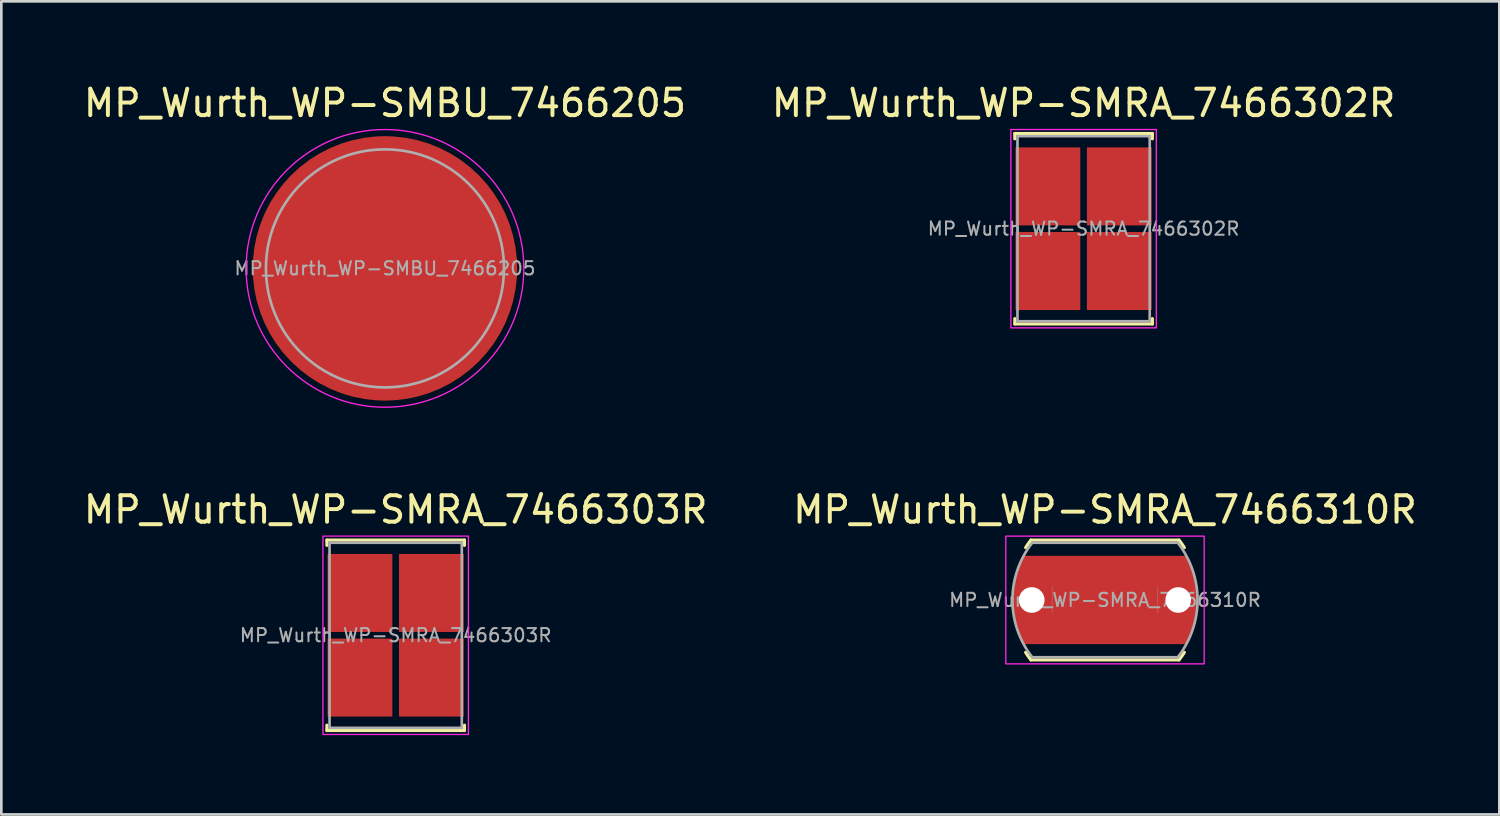
<source format=kicad_pcb>
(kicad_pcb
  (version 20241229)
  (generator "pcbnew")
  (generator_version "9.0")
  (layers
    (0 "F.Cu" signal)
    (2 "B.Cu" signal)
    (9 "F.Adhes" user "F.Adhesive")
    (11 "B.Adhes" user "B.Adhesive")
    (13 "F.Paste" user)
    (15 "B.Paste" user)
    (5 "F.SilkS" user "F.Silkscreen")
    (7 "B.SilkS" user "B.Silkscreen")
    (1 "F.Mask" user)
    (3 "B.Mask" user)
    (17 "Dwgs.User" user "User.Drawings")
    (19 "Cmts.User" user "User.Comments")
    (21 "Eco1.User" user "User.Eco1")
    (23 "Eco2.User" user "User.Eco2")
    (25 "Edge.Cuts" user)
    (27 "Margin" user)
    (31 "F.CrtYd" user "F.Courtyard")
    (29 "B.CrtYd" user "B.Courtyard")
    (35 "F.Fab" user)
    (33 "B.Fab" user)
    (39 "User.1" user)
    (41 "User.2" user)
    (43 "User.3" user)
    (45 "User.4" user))
  (footprint "MP_Wurth_WP-SMRA_7466303R"
    (layer "F.Cu")
    (at 11.911 20.971)
    (property "Reference" "MP_Wurth_WP-SMRA_7466303R" (at 0 -4.75 0) (unlocked yes) (layer "F.SilkS") (effects (font (size 1 1) (thickness 0.15))))
    (attr smd)
    (fp_line (start -2.6 -3.6) (end -2.6 -3.4) (stroke (width 0.12) (type solid)) (layer "F.SilkS"))
    (fp_line (start -2.6 3.4) (end -2.6 3.6) (stroke (width 0.12) (type solid)) (layer "F.SilkS"))
    (fp_line (start -2.6 3.6) (end 2.6 3.6) (stroke (width 0.12) (type solid)) (layer "F.SilkS"))
    (fp_line (start 2.6 -3.6) (end -2.6 -3.6) (stroke (width 0.12) (type solid)) (layer "F.SilkS"))
    (fp_line (start 2.6 -3.4) (end 2.6 -3.6) (stroke (width 0.12) (type solid)) (layer "F.SilkS"))
    (fp_line (start 2.6 3.6) (end 2.6 3.4) (stroke (width 0.12) (type solid)) (layer "F.SilkS"))
    (fp_poly (pts (xy -2.475 -0.225) (xy -0.223 -0.225) (xy -0.223 -2.975) (xy -2.475 -2.975)) (stroke (width 0) (type default)) (fill yes) (layer "F.Paste"))
    (fp_poly (pts (xy -2.475 2.975) (xy -0.223 2.975) (xy -0.223 0.225) (xy -2.475 0.225)) (stroke (width 0) (type default)) (fill yes) (layer "F.Paste"))
    (fp_poly (pts (xy 0.225 -0.225) (xy 2.478 -0.225) (xy 2.478 -2.975) (xy 0.225 -2.975)) (stroke (width 0) (type default)) (fill yes) (layer "F.Paste"))
    (fp_poly (pts (xy 0.225 2.975) (xy 2.478 2.975) (xy 2.478 0.225) (xy 0.225 0.225)) (stroke (width 0) (type default)) (fill yes) (layer "F.Paste"))
    (fp_rect (start -2.75 -3.75) (end 2.75 3.75) (stroke (width 0.05) (type solid)) (fill no) (layer "F.CrtYd"))
    (fp_rect (start -2.5 -3.5) (end 2.5 3.5) (stroke (width 0.1) (type solid)) (fill no) (layer "F.Fab"))
    (fp_text user "${REFERENCE}" (at 0 0 0) (unlocked yes) (layer "F.Fab") (effects (font (size 0.5 0.5) (thickness 0.075))))
    (pad "1" smd rect (at -1.35 -1.6 90) (size 2.95 2.45) (layers "F.Cu" "F.Mask"))
    (pad "1" smd rect (at -1.35 1.6 90) (size 2.95 2.45) (layers "F.Cu" "F.Mask"))
    (pad "1" smd rect (at 1.35 -1.6 90) (size 2.95 2.45) (layers "F.Cu" "F.Mask"))
    (pad "1" smd rect (at 1.35 1.6 90) (size 2.95 2.45) (layers "F.Cu" "F.Mask")))
  (footprint "MP_Wurth_WP-SMRA_7466310R"
    (layer "F.Cu")
    (at 38.732 19.637)
    (property "Reference" "MP_Wurth_WP-SMRA_7466310R" (at 0 -3.415 0) (unlocked yes) (layer "F.SilkS") (effects (font (size 1 1) (thickness 0.15))))
    (attr smd)
    (fp_poly (pts (xy 3.249 -1.319) (xy 3.249 -1.318) (xy 3.374 -0.953) (xy 3.374 -0.953) (xy 3.458 -0.577) (xy 3.459 -0.576) (xy 3.501 -0.193) (xy 3.501 -0.193) (xy 3.501 0.193) (xy 3.501 0.193) (xy 3.459 0.576) (xy 3.458 0.577) (xy 3.374 0.953) (xy 3.374 0.953) (xy 3.249 1.318) (xy 3.249 1.319) (xy 3.083 1.67) (xy -3.083 1.67) (xy -3.374 0.953) (xy -3.458 0.577) (xy -3.459 0.576) (xy -3.501 0.193) (xy -3.501 0.193) (xy -3.501 -0.193) (xy -3.501 -0.193) (xy -3.459 -0.576) (xy -3.458 -0.577) (xy -3.374 -0.953) (xy -3.374 -0.953) (xy -3.249 -1.318) (xy -3.249 -1.319) (xy -3.083 -1.67) (xy 3.083 -1.67)) (stroke (width 0) (type default)) (fill yes) (layer "F.Cu"))
    (fp_poly (pts (xy 3.438 -1.091) (xy 3.532 -0.734) (xy 3.532 -0.733) (xy 3.588 -0.369) (xy 3.588 -0.369) (xy 3.607 -0.000256) (xy 3.607 0.000256) (xy 3.588 0.369) (xy 3.588 0.369) (xy 3.532 0.733) (xy 3.532 0.734) (xy 3.438 1.091) (xy 3.438 1.091) (xy 3.309 1.436) (xy 3.308 1.437) (xy 3.143 1.77) (xy -3.143 1.77) (xy -3.438 1.091) (xy -3.532 0.734) (xy -3.532 0.733) (xy -3.588 0.369) (xy -3.588 0.369) (xy -3.607 0.000256) (xy -3.607 -0.000256) (xy -3.588 -0.369) (xy -3.588 -0.369) (xy -3.532 -0.733) (xy -3.532 -0.734) (xy -3.438 -1.091) (xy -3.438 -1.091) (xy -3.309 -1.436) (xy -3.308 -1.437) (xy -3.143 -1.77) (xy 3.143 -1.77)) (stroke (width 0) (type default)) (fill yes) (layer "F.Mask"))
    (fp_line (start -2.8 -2.265) (end 2.795 -2.265) (stroke (width 0.12) (type solid)) (layer "F.SilkS"))
    (fp_line (start -2.8 2.265) (end 2.795 2.265) (stroke (width 0.12) (type solid)) (layer "F.SilkS"))
    (fp_arc (start -3 -1.98) (mid -2.904656 -2.125767) (end -2.8 -2.265) (stroke (width 0.12) (type solid)) (layer "F.SilkS"))
    (fp_arc (start -2.8 2.265) (mid -2.904971 2.125988) (end -3 1.98) (stroke (width 0.12) (type solid)) (layer "F.SilkS"))
    (fp_arc (start 2.8 -2.265) (mid 2.904971 -2.125988) (end 3 -1.98) (stroke (width 0.12) (type solid)) (layer "F.SilkS"))
    (fp_arc (start 3 1.98) (mid 2.904656 2.125767) (end 2.8 2.265) (stroke (width 0.12) (type solid)) (layer "F.SilkS"))
    (fp_poly (pts (xy 3.362 -0.995) (xy 2.005 -0.995) (xy 2.005 -0.495) (xy -2.005 -0.495) (xy -2.005 -0.995) (xy -3.362 -0.995) (xy -3.239 -1.341) (xy -3.239 -1.342) (xy -3.083 -1.67) (xy 3.083 -1.67)) (stroke (width 0) (type default)) (fill yes) (layer "F.Paste"))
    (fp_poly (pts (xy 2.005 0.995) (xy 3.362 0.995) (xy 3.239 1.341) (xy 3.239 1.342) (xy 3.083 1.67) (xy -3.083 1.67) (xy -3.239 1.342) (xy -3.239 1.341) (xy -3.362 0.995) (xy -2.005 0.995) (xy -2.005 0.495) (xy 2.005 0.495)) (stroke (width 0) (type default)) (fill yes) (layer "F.Paste"))
    (fp_rect (start -3.75 -2.415) (end 3.75 2.415) (stroke (width 0.05) (type solid)) (fill no) (layer "F.CrtYd"))
    (fp_line (start -2.75 -2.165) (end 2.75 -2.165) (stroke (width 0.1) (type solid)) (layer "F.Fab"))
    (fp_line (start -2 -0.5) (end -2 0.5) (stroke (width 0.01) (type solid)) (layer "F.Fab"))
    (fp_line (start 2 -0.5) (end 2 0.5) (stroke (width 0.01) (type solid)) (layer "F.Fab"))
    (fp_line (start 2.75 2.165) (end -2.75 2.165) (stroke (width 0.1) (type solid)) (layer "F.Fab"))
    (fp_arc (start -2.75 2.165) (mid -3.499961 0) (end -2.75 -2.165) (stroke (width 0.1) (type solid)) (layer "F.Fab"))
    (fp_arc (start 2.75 -2.165) (mid 3.499961 0) (end 2.75 2.165) (stroke (width 0.1) (type solid)) (layer "F.Fab"))
    (fp_text user "${REFERENCE}" (at 0 0 0) (unlocked yes) (layer "F.Fab") (effects (font (size 0.5 0.5) (thickness 0.075))))
    (pad "" np_thru_hole circle (at -2.77 0) (size 0.97 0.97) (drill 0.97) (layers "*.Cu" "*.Mask"))
    (pad "" np_thru_hole circle (at 2.77 0) (size 0.97 0.97) (drill 0.97) (layers "*.Cu" "*.Mask"))
    (pad "1" smd rect (at 0 0) (size 3 3) (layers "F.Cu")))
  (footprint "MP_Wurth_WP-SMBU_7466205"
    (layer "F.Cu")
    (at 11.506 7.098)
    (property "Reference" "MP_Wurth_WP-SMBU_7466205" (at 0 -6.25 0) (unlocked yes) (layer "F.SilkS") (effects (font (size 1 1) (thickness 0.15))))
    (attr smd)
    (fp_poly (pts (xy -4.87 0.495) (xy -0.495 0.495) (xy -0.495 4.875) (xy -0.531 4.876) (xy -0.57 4.872) (xy -0.617 4.867) (xy -0.617 4.867) (xy -0.691 4.856) (xy -0.73 4.851) (xy -0.73 4.851) (xy -0.761 4.846) (xy -0.794 4.841) (xy -0.836 4.834) (xy -0.837 4.834) (xy -0.865 4.828) (xy -0.889 4.824) (xy -0.889 4.824) (xy -0.919 4.819) (xy -0.955 4.812) (xy -0.955 4.812) (xy -0.981 4.807) (xy -1.008 4.802) (xy -1.008 4.802) (xy -1.034 4.795) (xy -1.058 4.791) (xy -1.058 4.791) (xy -1.093 4.783) (xy -1.129 4.775) (xy -1.163 4.766) (xy -1.202 4.757) (xy -1.203 4.757) (xy -1.258 4.742) (xy -1.299 4.731) (xy -1.344 4.719) (xy -1.344 4.719) (xy -1.373 4.71) (xy -1.411 4.7) (xy -1.411 4.7) (xy -1.445 4.689) (xy -1.544 4.657) (xy -1.608 4.635) (xy -1.676 4.612) (xy -1.676 4.611) (xy -1.74 4.587) (xy -1.83 4.553) (xy -1.83 4.553) (xy -1.882 4.531) (xy -1.936 4.509) (xy -1.936 4.508) (xy -2.01 4.475) (xy -2.101 4.434) (xy -2.101 4.434) (xy -2.154 4.407) (xy -2.214 4.378) (xy -2.281 4.343) (xy -2.343 4.311) (xy -2.412 4.273) (xy -2.413 4.272) (xy -2.466 4.24) (xy -2.508 4.216) (xy -2.508 4.216) (xy -2.562 4.184) (xy -2.62 4.148) (xy -2.62 4.148) (xy -2.679 4.109) (xy -2.786 4.036) (xy -2.786 4.036) (xy -2.891 3.962) (xy -2.892 3.962) (xy -2.98 3.896) (xy -3.063 3.831) (xy -3.063 3.831) (xy -3.156 3.755) (xy -3.241 3.682) (xy -3.241 3.682) (xy -3.293 3.634) (xy -3.343 3.59) (xy -3.343 3.59) (xy -3.417 3.519) (xy -3.417 3.519) (xy -3.475 3.463) (xy -3.475 3.463) (xy -3.614 3.317) (xy -3.615 3.316) (xy -3.732 3.181) (xy -3.733 3.181) (xy -3.846 3.042) (xy -3.938 2.926) (xy -3.938 2.926) (xy -4.046 2.775) (xy -4.046 2.775) (xy -4.129 2.648) (xy -4.129 2.648) (xy -4.234 2.478) (xy -4.234 2.478) (xy -4.31 2.341) (xy -4.31 2.341) (xy -4.429 2.114) (xy -4.429 2.113) (xy -4.553 1.831) (xy -4.553 1.831) (xy -4.682 1.469) (xy -4.682 1.469) (xy -4.776 1.123) (xy -4.776 1.122) (xy -4.855 0.709) (xy -4.855 0.708) (xy -4.88 0.494)) (stroke (width 0) (type default)) (fill yes) (layer "F.Paste"))
    (fp_poly (pts (xy -0.495 -4.87) (xy -0.495 -0.495) (xy -4.875 -0.495) (xy -4.876 -0.531) (xy -4.872 -0.57) (xy -4.867 -0.617) (xy -4.867 -0.617) (xy -4.856 -0.691) (xy -4.851 -0.73) (xy -4.851 -0.73) (xy -4.846 -0.761) (xy -4.841 -0.794) (xy -4.834 -0.836) (xy -4.834 -0.837) (xy -4.828 -0.865) (xy -4.824 -0.889) (xy -4.824 -0.889) (xy -4.819 -0.919) (xy -4.812 -0.955) (xy -4.812 -0.955) (xy -4.807 -0.981) (xy -4.802 -1.008) (xy -4.802 -1.008) (xy -4.795 -1.034) (xy -4.791 -1.058) (xy -4.791 -1.058) (xy -4.783 -1.093) (xy -4.775 -1.129) (xy -4.766 -1.163) (xy -4.757 -1.202) (xy -4.757 -1.203) (xy -4.742 -1.258) (xy -4.731 -1.299) (xy -4.719 -1.344) (xy -4.719 -1.344) (xy -4.71 -1.373) (xy -4.7 -1.411) (xy -4.7 -1.411) (xy -4.689 -1.445) (xy -4.657 -1.544) (xy -4.635 -1.608) (xy -4.612 -1.676) (xy -4.611 -1.676) (xy -4.587 -1.74) (xy -4.553 -1.83) (xy -4.553 -1.83) (xy -4.531 -1.882) (xy -4.509 -1.936) (xy -4.508 -1.936) (xy -4.475 -2.01) (xy -4.434 -2.101) (xy -4.434 -2.101) (xy -4.407 -2.154) (xy -4.378 -2.214) (xy -4.343 -2.281) (xy -4.311 -2.343) (xy -4.273 -2.412) (xy -4.272 -2.413) (xy -4.24 -2.466) (xy -4.216 -2.508) (xy -4.216 -2.508) (xy -4.184 -2.562) (xy -4.148 -2.62) (xy -4.148 -2.62) (xy -4.109 -2.679) (xy -4.036 -2.786) (xy -4.036 -2.786) (xy -3.962 -2.891) (xy -3.962 -2.892) (xy -3.896 -2.98) (xy -3.831 -3.063) (xy -3.831 -3.063) (xy -3.755 -3.156) (xy -3.682 -3.241) (xy -3.682 -3.241) (xy -3.634 -3.293) (xy -3.59 -3.343) (xy -3.59 -3.343) (xy -3.519 -3.417) (xy -3.519 -3.417) (xy -3.463 -3.475) (xy -3.463 -3.475) (xy -3.317 -3.614) (xy -3.316 -3.615) (xy -3.181 -3.732) (xy -3.181 -3.733) (xy -3.042 -3.846) (xy -2.926 -3.938) (xy -2.926 -3.938) (xy -2.775 -4.046) (xy -2.775 -4.046) (xy -2.648 -4.129) (xy -2.648 -4.129) (xy -2.478 -4.234) (xy -2.478 -4.234) (xy -2.341 -4.31) (xy -2.341 -4.31) (xy -2.114 -4.429) (xy -2.113 -4.429) (xy -1.831 -4.553) (xy -1.831 -4.553) (xy -1.469 -4.682) (xy -1.469 -4.682) (xy -1.123 -4.776) (xy -1.122 -4.776) (xy -0.709 -4.855) (xy -0.708 -4.855) (xy -0.494 -4.88)) (stroke (width 0) (type default)) (fill yes) (layer "F.Paste"))
    (fp_poly (pts (xy 0.57 -4.872) (xy 0.617 -4.867) (xy 0.617 -4.867) (xy 0.691 -4.856) (xy 0.73 -4.851) (xy 0.73 -4.851) (xy 0.761 -4.846) (xy 0.794 -4.841) (xy 0.836 -4.834) (xy 0.837 -4.834) (xy 0.865 -4.828) (xy 0.889 -4.824) (xy 0.889 -4.824) (xy 0.919 -4.819) (xy 0.955 -4.812) (xy 0.955 -4.812) (xy 0.981 -4.807) (xy 1.008 -4.802) (xy 1.008 -4.802) (xy 1.034 -4.795) (xy 1.058 -4.791) (xy 1.058 -4.791) (xy 1.093 -4.783) (xy 1.129 -4.775) (xy 1.163 -4.766) (xy 1.202 -4.757) (xy 1.203 -4.757) (xy 1.258 -4.742) (xy 1.299 -4.731) (xy 1.344 -4.719) (xy 1.344 -4.719) (xy 1.373 -4.71) (xy 1.411 -4.7) (xy 1.411 -4.7) (xy 1.445 -4.689) (xy 1.544 -4.657) (xy 1.608 -4.635) (xy 1.676 -4.612) (xy 1.676 -4.611) (xy 1.74 -4.587) (xy 1.83 -4.553) (xy 1.83 -4.553) (xy 1.882 -4.531) (xy 1.936 -4.509) (xy 1.936 -4.508) (xy 2.01 -4.475) (xy 2.101 -4.434) (xy 2.101 -4.434) (xy 2.154 -4.407) (xy 2.214 -4.378) (xy 2.281 -4.343) (xy 2.343 -4.311) (xy 2.412 -4.273) (xy 2.413 -4.272) (xy 2.466 -4.24) (xy 2.508 -4.216) (xy 2.508 -4.216) (xy 2.562 -4.184) (xy 2.62 -4.148) (xy 2.62 -4.148) (xy 2.679 -4.109) (xy 2.786 -4.036) (xy 2.786 -4.036) (xy 2.891 -3.962) (xy 2.892 -3.962) (xy 2.98 -3.896) (xy 3.063 -3.831) (xy 3.063 -3.831) (xy 3.156 -3.755) (xy 3.241 -3.682) (xy 3.241 -3.682) (xy 3.293 -3.634) (xy 3.343 -3.59) (xy 3.343 -3.59) (xy 3.417 -3.519) (xy 3.417 -3.519) (xy 3.475 -3.463) (xy 3.475 -3.463) (xy 3.614 -3.317) (xy 3.615 -3.316) (xy 3.732 -3.181) (xy 3.733 -3.181) (xy 3.846 -3.042) (xy 3.938 -2.926) (xy 3.938 -2.926) (xy 4.046 -2.775) (xy 4.046 -2.775) (xy 4.129 -2.648) (xy 4.129 -2.648) (xy 4.234 -2.478) (xy 4.234 -2.478) (xy 4.31 -2.341) (xy 4.31 -2.341) (xy 4.429 -2.114) (xy 4.429 -2.113) (xy 4.553 -1.831) (xy 4.553 -1.831) (xy 4.682 -1.469) (xy 4.682 -1.469) (xy 4.776 -1.123) (xy 4.776 -1.122) (xy 4.855 -0.709) (xy 4.855 -0.708) (xy 4.88 -0.494) (xy 4.87 -0.495) (xy 0.495 -0.495) (xy 0.495 -4.875) (xy 0.531 -4.876)) (stroke (width 0) (type default)) (fill yes) (layer "F.Paste"))
    (fp_poly (pts (xy 4.876 0.531) (xy 4.872 0.57) (xy 4.867 0.617) (xy 4.867 0.617) (xy 4.856 0.691) (xy 4.851 0.73) (xy 4.851 0.73) (xy 4.846 0.761) (xy 4.841 0.794) (xy 4.834 0.836) (xy 4.834 0.837) (xy 4.828 0.865) (xy 4.824 0.889) (xy 4.824 0.889) (xy 4.819 0.919) (xy 4.812 0.955) (xy 4.812 0.955) (xy 4.807 0.981) (xy 4.802 1.008) (xy 4.802 1.008) (xy 4.795 1.034) (xy 4.791 1.058) (xy 4.791 1.058) (xy 4.783 1.093) (xy 4.775 1.129) (xy 4.766 1.163) (xy 4.757 1.202) (xy 4.757 1.203) (xy 4.742 1.258) (xy 4.731 1.299) (xy 4.719 1.344) (xy 4.719 1.344) (xy 4.71 1.373) (xy 4.7 1.411) (xy 4.7 1.411) (xy 4.689 1.445) (xy 4.657 1.544) (xy 4.635 1.608) (xy 4.612 1.676) (xy 4.611 1.676) (xy 4.587 1.74) (xy 4.553 1.83) (xy 4.553 1.83) (xy 4.531 1.882) (xy 4.509 1.936) (xy 4.508 1.936) (xy 4.475 2.01) (xy 4.434 2.101) (xy 4.434 2.101) (xy 4.407 2.154) (xy 4.378 2.214) (xy 4.343 2.281) (xy 4.311 2.343) (xy 4.273 2.412) (xy 4.272 2.413) (xy 4.24 2.466) (xy 4.216 2.508) (xy 4.216 2.508) (xy 4.184 2.562) (xy 4.148 2.62) (xy 4.148 2.62) (xy 4.109 2.679) (xy 4.036 2.786) (xy 4.036 2.786) (xy 3.962 2.891) (xy 3.962 2.892) (xy 3.896 2.98) (xy 3.831 3.063) (xy 3.831 3.063) (xy 3.755 3.156) (xy 3.682 3.241) (xy 3.682 3.241) (xy 3.634 3.293) (xy 3.59 3.343) (xy 3.59 3.343) (xy 3.519 3.417) (xy 3.519 3.417) (xy 3.463 3.475) (xy 3.463 3.475) (xy 3.317 3.614) (xy 3.316 3.615) (xy 3.181 3.732) (xy 3.181 3.733) (xy 3.042 3.846) (xy 2.926 3.938) (xy 2.926 3.938) (xy 2.775 4.046) (xy 2.775 4.046) (xy 2.648 4.129) (xy 2.648 4.129) (xy 2.478 4.234) (xy 2.478 4.234) (xy 2.341 4.31) (xy 2.341 4.31) (xy 2.114 4.429) (xy 2.113 4.429) (xy 1.831 4.553) (xy 1.831 4.553) (xy 1.469 4.682) (xy 1.469 4.682) (xy 1.123 4.776) (xy 1.122 4.776) (xy 0.709 4.855) (xy 0.708 4.855) (xy 0.494 4.88) (xy 0.495 4.87) (xy 0.495 0.495) (xy 4.875 0.495)) (stroke (width 0) (type default)) (fill yes) (layer "F.Paste"))
    (fp_circle (center 0 0) (end 5.25 0) (stroke (width 0.05) (type solid)) (fill no) (layer "F.CrtYd"))
    (fp_circle (center 0 0) (end 4.5 0) (stroke (width 0.1) (type solid)) (fill no) (layer "F.Fab"))
    (fp_text user "${REFERENCE}" (at 0 0 0) (unlocked yes) (layer "F.Fab") (effects (font (size 0.5 0.5) (thickness 0.075))))
    (pad "1" smd roundrect (at 0 0) (size 10 10) (layers "F.Cu" "F.Mask") (roundrect_rratio 0.5)))
  (footprint "MP_Wurth_WP-SMRA_7466302R"
    (layer "F.Cu")
    (at 37.923 5.598)
    (property "Reference" "MP_Wurth_WP-SMRA_7466302R" (at 0 -4.75 0) (unlocked yes) (layer "F.SilkS") (effects (font (size 1 1) (thickness 0.15))))
    (attr smd)
    (fp_line (start -2.6 -3.6) (end -2.6 -3.4) (stroke (width 0.12) (type solid)) (layer "F.SilkS"))
    (fp_line (start -2.6 3.4) (end -2.6 3.6) (stroke (width 0.12) (type solid)) (layer "F.SilkS"))
    (fp_line (start -2.6 3.6) (end 2.6 3.6) (stroke (width 0.12) (type solid)) (layer "F.SilkS"))
    (fp_line (start 2.6 -3.6) (end -2.6 -3.6) (stroke (width 0.12) (type solid)) (layer "F.SilkS"))
    (fp_line (start 2.6 -3.4) (end 2.6 -3.6) (stroke (width 0.12) (type solid)) (layer "F.SilkS"))
    (fp_line (start 2.6 3.6) (end 2.6 3.4) (stroke (width 0.12) (type solid)) (layer "F.SilkS"))
    (fp_poly (pts (xy -2.475 -0.225) (xy -0.223 -0.225) (xy -0.223 -2.975) (xy -2.475 -2.975)) (stroke (width 0) (type default)) (fill yes) (layer "F.Paste"))
    (fp_poly (pts (xy -2.475 2.975) (xy -0.223 2.975) (xy -0.223 0.225) (xy -2.475 0.225)) (stroke (width 0) (type default)) (fill yes) (layer "F.Paste"))
    (fp_poly (pts (xy 0.225 -0.225) (xy 2.478 -0.225) (xy 2.478 -2.975) (xy 0.225 -2.975)) (stroke (width 0) (type default)) (fill yes) (layer "F.Paste"))
    (fp_poly (pts (xy 0.225 2.975) (xy 2.478 2.975) (xy 2.478 0.225) (xy 0.225 0.225)) (stroke (width 0) (type default)) (fill yes) (layer "F.Paste"))
    (fp_rect (start -2.75 -3.75) (end 2.75 3.75) (stroke (width 0.05) (type solid)) (fill no) (layer "F.CrtYd"))
    (fp_rect (start -2.5 -3.5) (end 2.5 3.5) (stroke (width 0.1) (type solid)) (fill no) (layer "F.Fab"))
    (fp_text user "${REFERENCE}" (at 0 0 0) (unlocked yes) (layer "F.Fab") (effects (font (size 0.5 0.5) (thickness 0.075))))
    (pad "1" smd rect (at -1.35 -1.6 90) (size 2.95 2.45) (layers "F.Cu" "F.Mask"))
    (pad "1" smd rect (at -1.35 1.6 90) (size 2.95 2.45) (layers "F.Cu" "F.Mask"))
    (pad "1" smd rect (at 1.35 -1.6 90) (size 2.95 2.45) (layers "F.Cu" "F.Mask"))
    (pad "1" smd rect (at 1.35 1.6 90) (size 2.95 2.45) (layers "F.Cu" "F.Mask")))
  (gr_rect
    (start -3 -3)
    (end 53.643 27.747)
    (stroke (width 0.1) (type default))
    (fill no)
    (layer "Edge.Cuts")))
</source>
